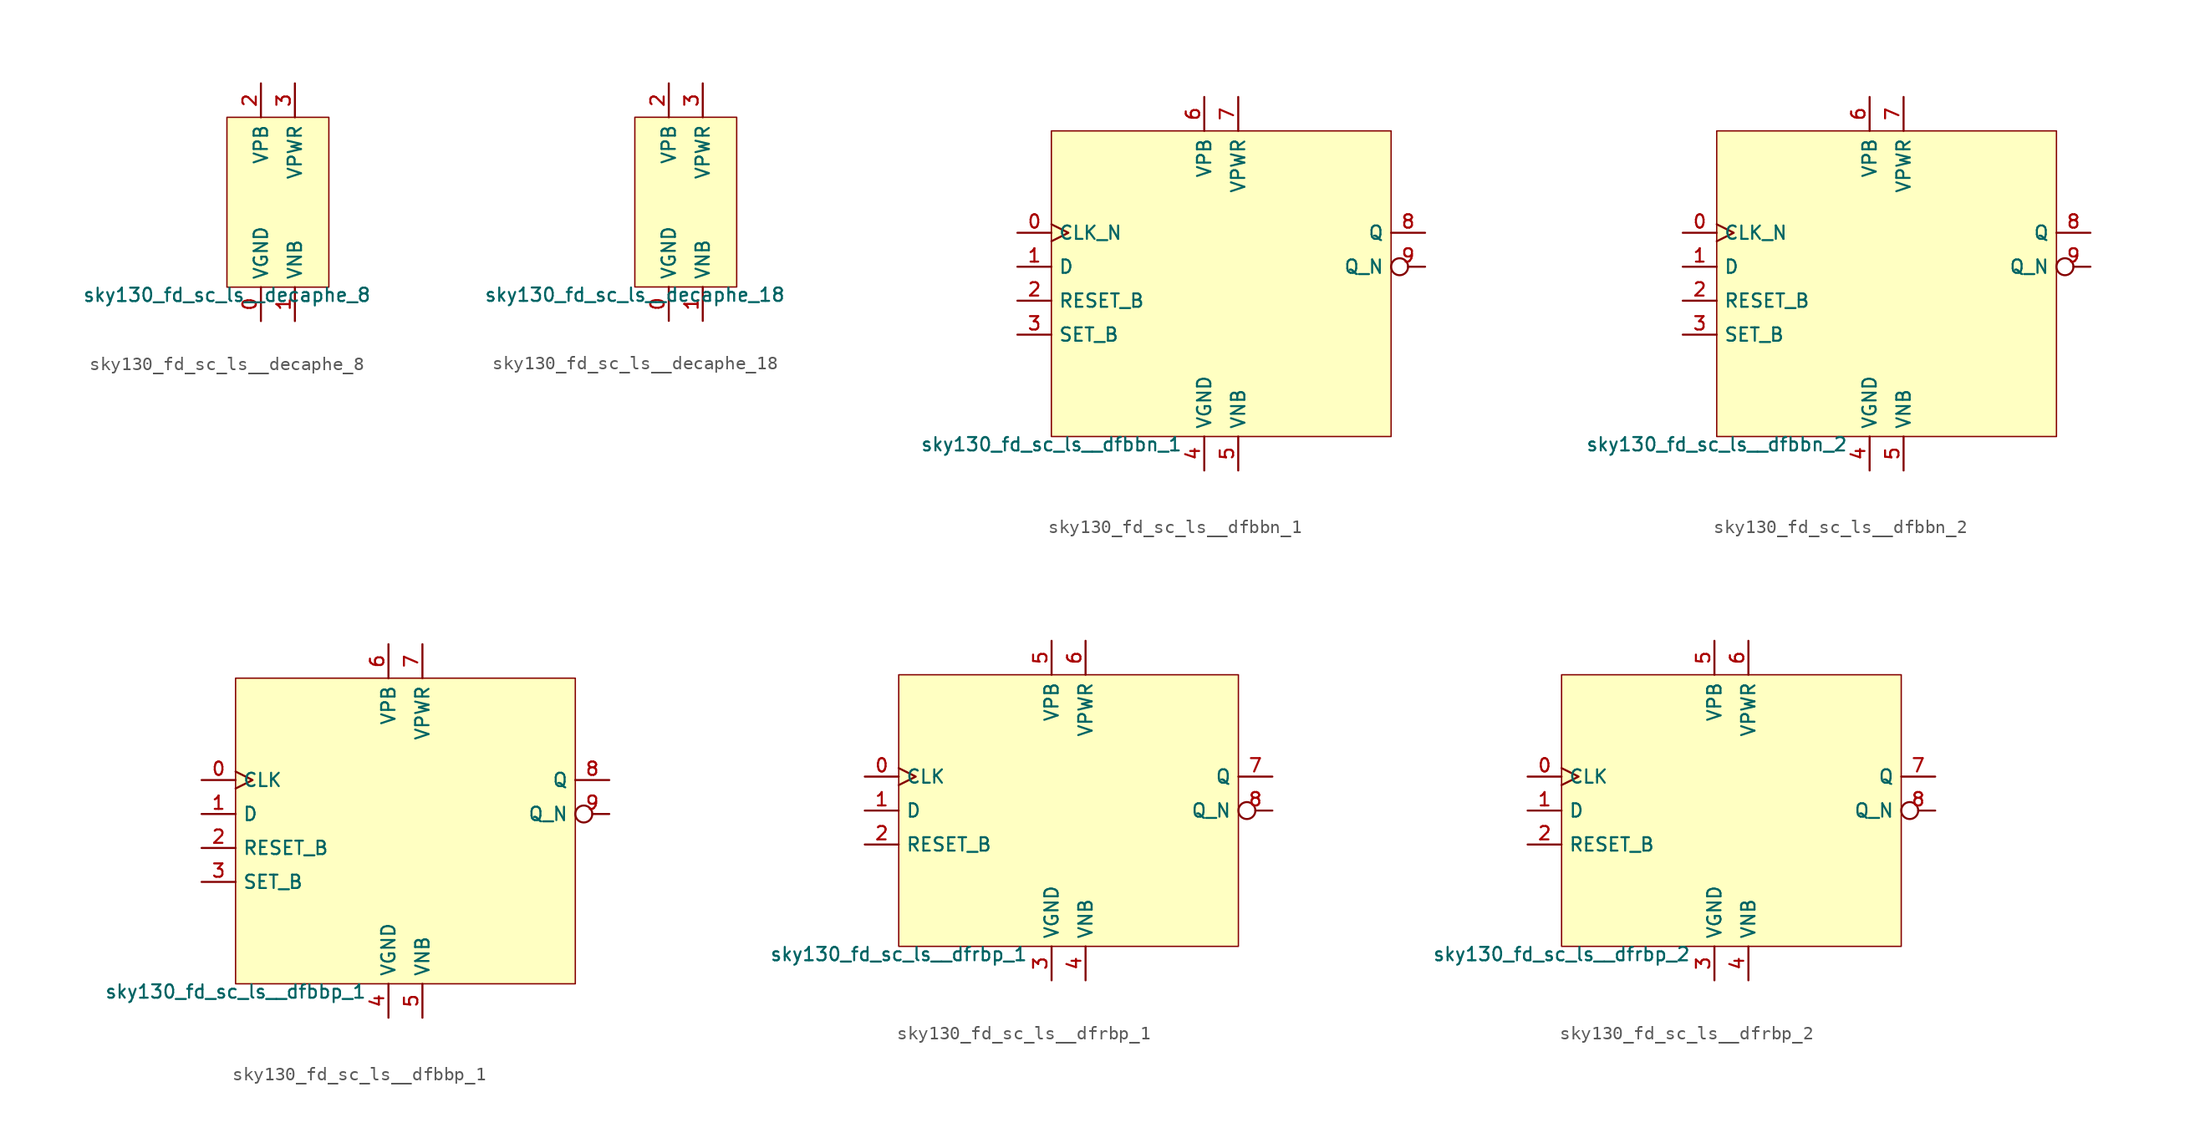
<source format=kicad_sym>
(kicad_symbol_lib
  (version 20211014)
  (generator lef2kicad_sym)
  (symbol "sky130_fd_sc_ls__decaphe_8"
    (property "Reference" "X"
      (at 0 0 0)
      (effects (font (size 1 1)) hide))
    (property "Value" "sky130_fd_sc_ls__decaphe_8"
      (at -3.81 -6.35 0)
      (effects (font (size 1 1)) (justify top)))
    (rectangle
      (start -3.81 -6.35)
      (end 3.81 6.35)
      (stroke (width 0.1) (type solid) (color 0 0 0 0))
      (fill (type background)))
    (pin power_in line
      (at -1.27 -8.89 90)
      (length 2.54)
      (name "VGND" (effects (font (size 1 1)) hide))
      (number "0" (effects (font (size 1 1)) hide)))
    (pin power_in line
      (at 1.27 -8.89 90)
      (length 2.54)
      (name "VNB" (effects (font (size 1 1)) hide))
      (number "1" (effects (font (size 1 1)) hide)))
    (pin power_in line
      (at -1.27 8.89 270)
      (length 2.54)
      (name "VPB" (effects (font (size 1 1)) hide))
      (number "2" (effects (font (size 1 1)) hide)))
    (pin power_in line
      (at 1.27 8.89 270)
      (length 2.54)
      (name "VPWR" (effects (font (size 1 1)) hide))
      (number "3" (effects (font (size 1 1)) hide))))
  (symbol "sky130_fd_sc_ls__decaphe_18"
    (property "Reference" "X"
      (at 0 0 0)
      (effects (font (size 1 1)) hide))
    (property "Value" "sky130_fd_sc_ls__decaphe_18"
      (at -3.81 -6.35 0)
      (effects (font (size 1 1)) (justify top)))
    (rectangle
      (start -3.81 -6.35)
      (end 3.81 6.35)
      (stroke (width 0.1) (type solid) (color 0 0 0 0))
      (fill (type background)))
    (pin power_in line
      (at -1.27 -8.89 90)
      (length 2.54)
      (name "VGND" (effects (font (size 1 1)) hide))
      (number "0" (effects (font (size 1 1)) hide)))
    (pin power_in line
      (at 1.27 -8.89 90)
      (length 2.54)
      (name "VNB" (effects (font (size 1 1)) hide))
      (number "1" (effects (font (size 1 1)) hide)))
    (pin power_in line
      (at -1.27 8.89 270)
      (length 2.54)
      (name "VPB" (effects (font (size 1 1)) hide))
      (number "2" (effects (font (size 1 1)) hide)))
    (pin power_in line
      (at 1.27 8.89 270)
      (length 2.54)
      (name "VPWR" (effects (font (size 1 1)) hide))
      (number "3" (effects (font (size 1 1)) hide))))
  (symbol "sky130_fd_sc_ls__dfbbn_1"
    (property "Reference" "X"
      (at 0 0 0)
      (effects (font (size 1 1)) hide))
    (property "Value" "sky130_fd_sc_ls__dfbbn_1"
      (at -12.7 -11.43 0)
      (effects (font (size 1 1)) (justify top)))
    (rectangle
      (start -12.7 -11.43)
      (end 12.7 11.43)
      (stroke (width 0.1) (type solid) (color 0 0 0 0))
      (fill (type background)))
    (pin input clock
      (at -15.24 3.81 0)
      (length 2.54)
      (name "CLK_N" (effects (font (size 1 1)) hide))
      (number "0" (effects (font (size 1 1)) hide)))
    (pin input line
      (at -15.24 1.27 0)
      (length 2.54)
      (name "D" (effects (font (size 1 1)) hide))
      (number "1" (effects (font (size 1 1)) hide)))
    (pin input line
      (at -15.24 -1.27 0)
      (length 2.54)
      (name "RESET_B" (effects (font (size 1 1)) hide))
      (number "2" (effects (font (size 1 1)) hide)))
    (pin input line
      (at -15.24 -3.81 0)
      (length 2.54)
      (name "SET_B" (effects (font (size 1 1)) hide))
      (number "3" (effects (font (size 1 1)) hide)))
    (pin power_in line
      (at -1.27 -13.97 90)
      (length 2.54)
      (name "VGND" (effects (font (size 1 1)) hide))
      (number "4" (effects (font (size 1 1)) hide)))
    (pin power_in line
      (at 1.27 -13.97 90)
      (length 2.54)
      (name "VNB" (effects (font (size 1 1)) hide))
      (number "5" (effects (font (size 1 1)) hide)))
    (pin power_in line
      (at -1.27 13.97 270)
      (length 2.54)
      (name "VPB" (effects (font (size 1 1)) hide))
      (number "6" (effects (font (size 1 1)) hide)))
    (pin power_in line
      (at 1.27 13.97 270)
      (length 2.54)
      (name "VPWR" (effects (font (size 1 1)) hide))
      (number "7" (effects (font (size 1 1)) hide)))
    (pin output line
      (at 15.24 3.81 180)
      (length 2.54)
      (name "Q" (effects (font (size 1 1)) hide))
      (number "8" (effects (font (size 1 1)) hide)))
    (pin output inverted
      (at 15.24 1.27 180)
      (length 2.54)
      (name "Q_N" (effects (font (size 1 1)) hide))
      (number "9" (effects (font (size 1 1)) hide))))
  (symbol "sky130_fd_sc_ls__dfbbn_2"
    (property "Reference" "X"
      (at 0 0 0)
      (effects (font (size 1 1)) hide))
    (property "Value" "sky130_fd_sc_ls__dfbbn_2"
      (at -12.7 -11.43 0)
      (effects (font (size 1 1)) (justify top)))
    (rectangle
      (start -12.7 -11.43)
      (end 12.7 11.43)
      (stroke (width 0.1) (type solid) (color 0 0 0 0))
      (fill (type background)))
    (pin input clock
      (at -15.24 3.81 0)
      (length 2.54)
      (name "CLK_N" (effects (font (size 1 1)) hide))
      (number "0" (effects (font (size 1 1)) hide)))
    (pin input line
      (at -15.24 1.27 0)
      (length 2.54)
      (name "D" (effects (font (size 1 1)) hide))
      (number "1" (effects (font (size 1 1)) hide)))
    (pin input line
      (at -15.24 -1.27 0)
      (length 2.54)
      (name "RESET_B" (effects (font (size 1 1)) hide))
      (number "2" (effects (font (size 1 1)) hide)))
    (pin input line
      (at -15.24 -3.81 0)
      (length 2.54)
      (name "SET_B" (effects (font (size 1 1)) hide))
      (number "3" (effects (font (size 1 1)) hide)))
    (pin power_in line
      (at -1.27 -13.97 90)
      (length 2.54)
      (name "VGND" (effects (font (size 1 1)) hide))
      (number "4" (effects (font (size 1 1)) hide)))
    (pin power_in line
      (at 1.27 -13.97 90)
      (length 2.54)
      (name "VNB" (effects (font (size 1 1)) hide))
      (number "5" (effects (font (size 1 1)) hide)))
    (pin power_in line
      (at -1.27 13.97 270)
      (length 2.54)
      (name "VPB" (effects (font (size 1 1)) hide))
      (number "6" (effects (font (size 1 1)) hide)))
    (pin power_in line
      (at 1.27 13.97 270)
      (length 2.54)
      (name "VPWR" (effects (font (size 1 1)) hide))
      (number "7" (effects (font (size 1 1)) hide)))
    (pin output line
      (at 15.24 3.81 180)
      (length 2.54)
      (name "Q" (effects (font (size 1 1)) hide))
      (number "8" (effects (font (size 1 1)) hide)))
    (pin output inverted
      (at 15.24 1.27 180)
      (length 2.54)
      (name "Q_N" (effects (font (size 1 1)) hide))
      (number "9" (effects (font (size 1 1)) hide))))
  (symbol "sky130_fd_sc_ls__dfbbp_1"
    (property "Reference" "X"
      (at 0 0 0)
      (effects (font (size 1 1)) hide))
    (property "Value" "sky130_fd_sc_ls__dfbbp_1"
      (at -12.7 -11.43 0)
      (effects (font (size 1 1)) (justify top)))
    (rectangle
      (start -12.7 -11.43)
      (end 12.7 11.43)
      (stroke (width 0.1) (type solid) (color 0 0 0 0))
      (fill (type background)))
    (pin input clock
      (at -15.24 3.81 0)
      (length 2.54)
      (name "CLK" (effects (font (size 1 1)) hide))
      (number "0" (effects (font (size 1 1)) hide)))
    (pin input line
      (at -15.24 1.27 0)
      (length 2.54)
      (name "D" (effects (font (size 1 1)) hide))
      (number "1" (effects (font (size 1 1)) hide)))
    (pin input line
      (at -15.24 -1.27 0)
      (length 2.54)
      (name "RESET_B" (effects (font (size 1 1)) hide))
      (number "2" (effects (font (size 1 1)) hide)))
    (pin input line
      (at -15.24 -3.81 0)
      (length 2.54)
      (name "SET_B" (effects (font (size 1 1)) hide))
      (number "3" (effects (font (size 1 1)) hide)))
    (pin power_in line
      (at -1.27 -13.97 90)
      (length 2.54)
      (name "VGND" (effects (font (size 1 1)) hide))
      (number "4" (effects (font (size 1 1)) hide)))
    (pin power_in line
      (at 1.27 -13.97 90)
      (length 2.54)
      (name "VNB" (effects (font (size 1 1)) hide))
      (number "5" (effects (font (size 1 1)) hide)))
    (pin power_in line
      (at -1.27 13.97 270)
      (length 2.54)
      (name "VPB" (effects (font (size 1 1)) hide))
      (number "6" (effects (font (size 1 1)) hide)))
    (pin power_in line
      (at 1.27 13.97 270)
      (length 2.54)
      (name "VPWR" (effects (font (size 1 1)) hide))
      (number "7" (effects (font (size 1 1)) hide)))
    (pin output line
      (at 15.24 3.81 180)
      (length 2.54)
      (name "Q" (effects (font (size 1 1)) hide))
      (number "8" (effects (font (size 1 1)) hide)))
    (pin output inverted
      (at 15.24 1.27 180)
      (length 2.54)
      (name "Q_N" (effects (font (size 1 1)) hide))
      (number "9" (effects (font (size 1 1)) hide))))
  (symbol "sky130_fd_sc_ls__dfrbp_1"
    (property "Reference" "X"
      (at 0 0 0)
      (effects (font (size 1 1)) hide))
    (property "Value" "sky130_fd_sc_ls__dfrbp_1"
      (at -12.7 -10.16 0)
      (effects (font (size 1 1)) (justify top)))
    (rectangle
      (start -12.7 -10.16)
      (end 12.7 10.16)
      (stroke (width 0.1) (type solid) (color 0 0 0 0))
      (fill (type background)))
    (pin input clock
      (at -15.24 2.54 0)
      (length 2.54)
      (name "CLK" (effects (font (size 1 1)) hide))
      (number "0" (effects (font (size 1 1)) hide)))
    (pin input line
      (at -15.24 0.0 0)
      (length 2.54)
      (name "D" (effects (font (size 1 1)) hide))
      (number "1" (effects (font (size 1 1)) hide)))
    (pin input line
      (at -15.24 -2.54 0)
      (length 2.54)
      (name "RESET_B" (effects (font (size 1 1)) hide))
      (number "2" (effects (font (size 1 1)) hide)))
    (pin power_in line
      (at -1.27 -12.7 90)
      (length 2.54)
      (name "VGND" (effects (font (size 1 1)) hide))
      (number "3" (effects (font (size 1 1)) hide)))
    (pin power_in line
      (at 1.27 -12.7 90)
      (length 2.54)
      (name "VNB" (effects (font (size 1 1)) hide))
      (number "4" (effects (font (size 1 1)) hide)))
    (pin power_in line
      (at -1.27 12.7 270)
      (length 2.54)
      (name "VPB" (effects (font (size 1 1)) hide))
      (number "5" (effects (font (size 1 1)) hide)))
    (pin power_in line
      (at 1.27 12.7 270)
      (length 2.54)
      (name "VPWR" (effects (font (size 1 1)) hide))
      (number "6" (effects (font (size 1 1)) hide)))
    (pin output line
      (at 15.24 2.54 180)
      (length 2.54)
      (name "Q" (effects (font (size 1 1)) hide))
      (number "7" (effects (font (size 1 1)) hide)))
    (pin output inverted
      (at 15.24 0.0 180)
      (length 2.54)
      (name "Q_N" (effects (font (size 1 1)) hide))
      (number "8" (effects (font (size 1 1)) hide))))
  (symbol "sky130_fd_sc_ls__dfrbp_2"
    (property "Reference" "X"
      (at 0 0 0)
      (effects (font (size 1 1)) hide))
    (property "Value" "sky130_fd_sc_ls__dfrbp_2"
      (at -12.7 -10.16 0)
      (effects (font (size 1 1)) (justify top)))
    (rectangle
      (start -12.7 -10.16)
      (end 12.7 10.16)
      (stroke (width 0.1) (type solid) (color 0 0 0 0))
      (fill (type background)))
    (pin input clock
      (at -15.24 2.54 0)
      (length 2.54)
      (name "CLK" (effects (font (size 1 1)) hide))
      (number "0" (effects (font (size 1 1)) hide)))
    (pin input line
      (at -15.24 0.0 0)
      (length 2.54)
      (name "D" (effects (font (size 1 1)) hide))
      (number "1" (effects (font (size 1 1)) hide)))
    (pin input line
      (at -15.24 -2.54 0)
      (length 2.54)
      (name "RESET_B" (effects (font (size 1 1)) hide))
      (number "2" (effects (font (size 1 1)) hide)))
    (pin power_in line
      (at -1.27 -12.7 90)
      (length 2.54)
      (name "VGND" (effects (font (size 1 1)) hide))
      (number "3" (effects (font (size 1 1)) hide)))
    (pin power_in line
      (at 1.27 -12.7 90)
      (length 2.54)
      (name "VNB" (effects (font (size 1 1)) hide))
      (number "4" (effects (font (size 1 1)) hide)))
    (pin power_in line
      (at -1.27 12.7 270)
      (length 2.54)
      (name "VPB" (effects (font (size 1 1)) hide))
      (number "5" (effects (font (size 1 1)) hide)))
    (pin power_in line
      (at 1.27 12.7 270)
      (length 2.54)
      (name "VPWR" (effects (font (size 1 1)) hide))
      (number "6" (effects (font (size 1 1)) hide)))
    (pin output line
      (at 15.24 2.54 180)
      (length 2.54)
      (name "Q" (effects (font (size 1 1)) hide))
      (number "7" (effects (font (size 1 1)) hide)))
    (pin output inverted
      (at 15.24 0.0 180)
      (length 2.54)
      (name "Q_N" (effects (font (size 1 1)) hide))
      (number "8" (effects (font (size 1 1)) hide)))))
</source>
